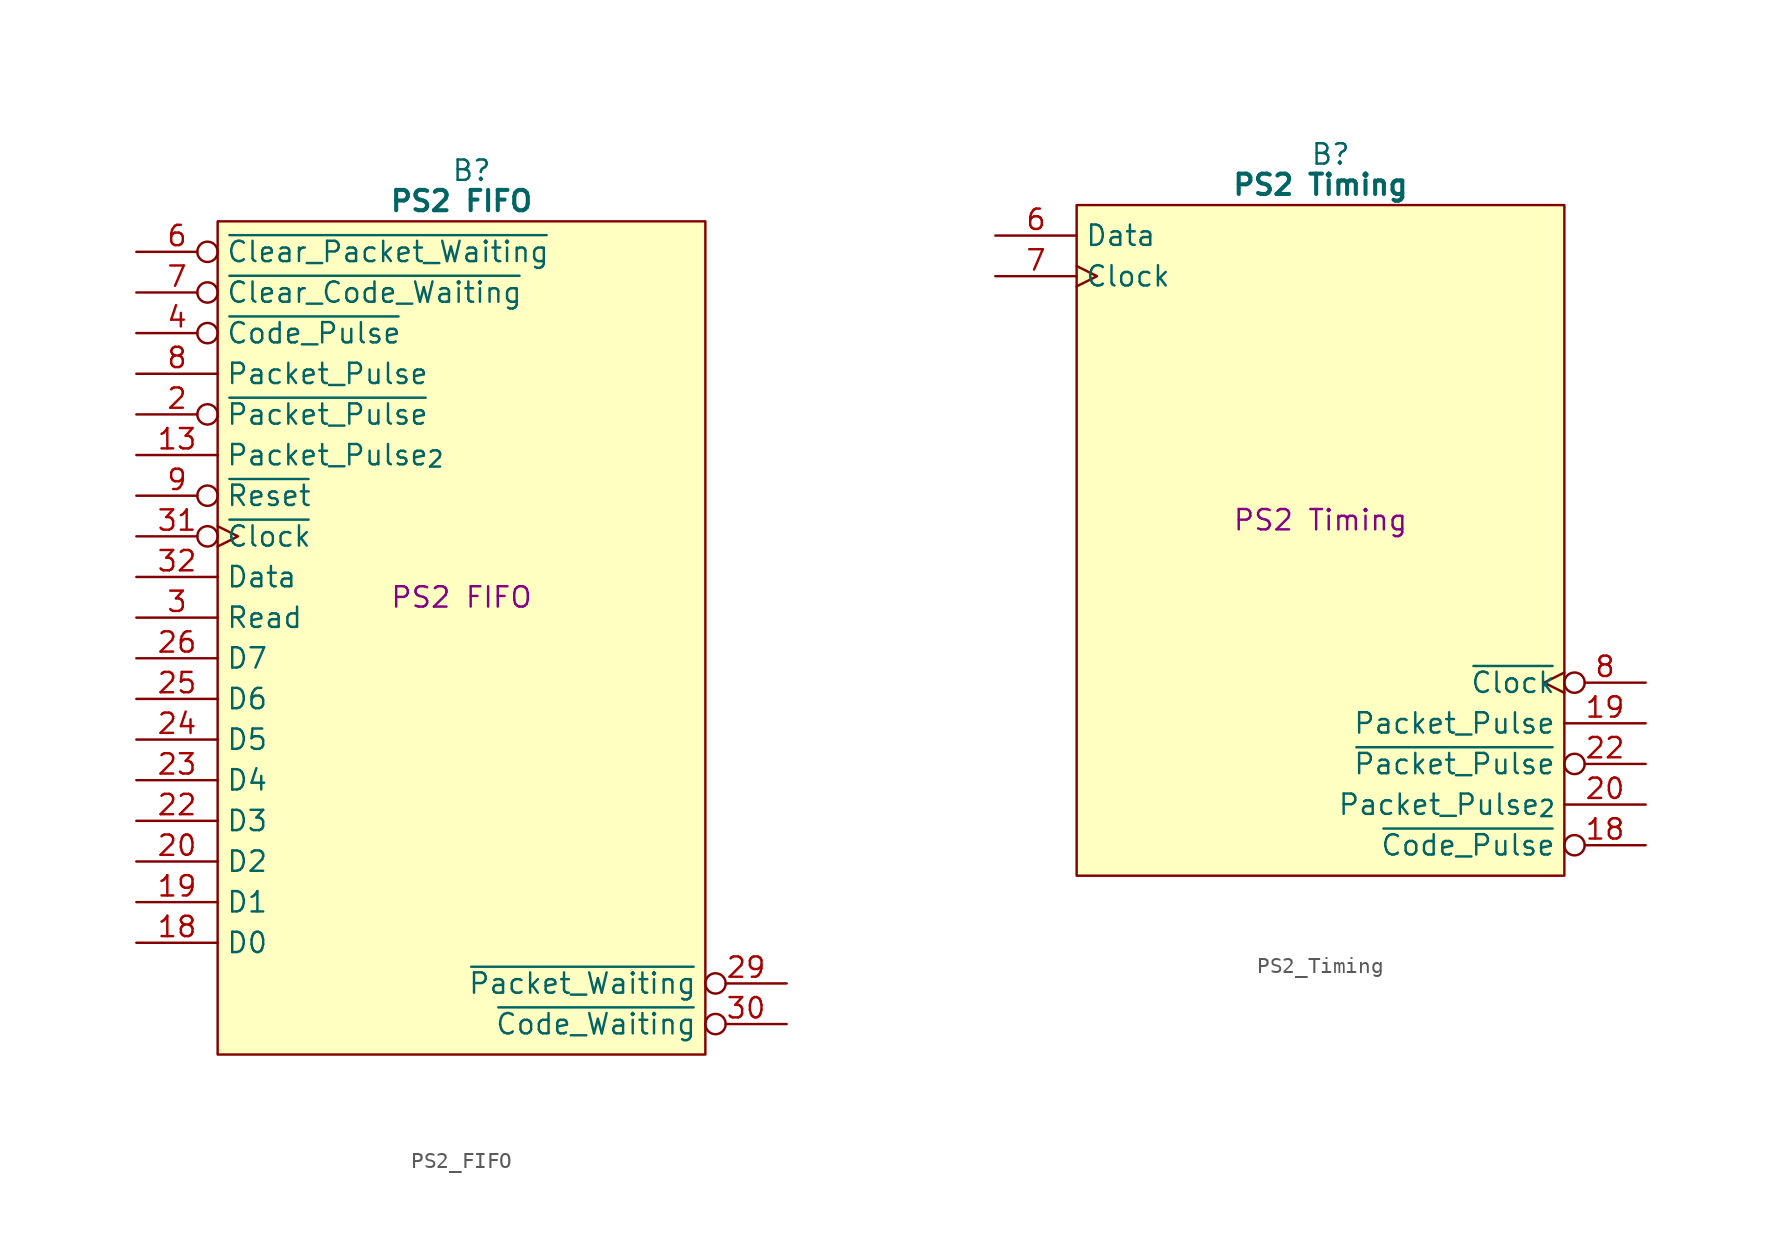
<source format=kicad_sym>
(kicad_symbol_lib
  (version 20220914)
  (generator kicad_symbol_editor)
  (symbol "PS2_FIFO"
    (property "Reference" "B"
      (at 15.875 5.08 0)
      (effects (font (size 1.27 1.27))))
    (property "Value" "PS2 FIFO"
      (at 15.24 3.175 0)
      (effects (font (size 1.27 1.27) bold)))
    (property "Description" "PS2 FIFO"
      (at 15.24 -21.59 0)
      (effects (font (size 1.27 1.27))))
    (symbol "PS2_FIFO_0_1"
      (polyline (pts (xy 0 1.905) (xy 30.48 1.905) (xy 30.48 -50.165) (xy 0 -50.165) (xy 0 1.905)) (stroke (width 0.152) (type default)) (fill (type background))))
    (symbol "PS2_FIFO_1_1"
      (pin passive line (at -5.08 -45.72 0) (length 5.08) hide (name "5V" (effects (font (size 1.27 1.27)))) (number "1" (effects (font (size 1.27 1.27)))))
      (pin no_connect line (at 35.56 -27.94 180) (length 5.08) hide (name "N.C." (effects (font (size 1.27 1.27)))) (number "10" (effects (font (size 1.27 1.27)))))
      (pin no_connect line (at 35.56 -30.48 180) (length 5.08) hide (name "N.C." (effects (font (size 1.27 1.27)))) (number "11" (effects (font (size 1.27 1.27)))))
      (pin passive line (at 35.56 -2.54 180) (length 5.08) hide (name "GND" (effects (font (size 1.27 1.27)))) (number "12" (effects (font (size 1.27 1.27)))))
      (pin input line (at -5.08 -12.7 0) (length 5.08) (name "Packet_Pulse_{2}" (effects (font (size 1.27 1.27)))) (number "13" (effects (font (size 1.27 1.27)))))
      (pin no_connect line (at 35.56 -33.02 180) (length 5.08) hide (name "N.C." (effects (font (size 1.27 1.27)))) (number "14" (effects (font (size 1.27 1.27)))))
      (pin no_connect line (at 35.56 -35.56 180) (length 5.08) hide (name "N.C." (effects (font (size 1.27 1.27)))) (number "15" (effects (font (size 1.27 1.27)))))
      (pin no_connect line (at 35.56 -38.1 180) (length 5.08) hide (name "N.C." (effects (font (size 1.27 1.27)))) (number "16" (effects (font (size 1.27 1.27)))))
      (pin passive line (at -5.08 -48.26 0) (length 5.08) hide (name "5V" (effects (font (size 1.27 1.27)))) (number "17" (effects (font (size 1.27 1.27)))))
      (pin tri_state line (at -5.08 -43.18 0) (length 5.08) (name "D0" (effects (font (size 1.27 1.27)))) (number "18" (effects (font (size 1.27 1.27)))))
      (pin tri_state line (at -5.08 -40.64 0) (length 5.08) (name "D1" (effects (font (size 1.27 1.27)))) (number "19" (effects (font (size 1.27 1.27)))))
      (pin input inverted (at -5.08 -10.16 0) (length 5.08) (name "~{Packet_Pulse}" (effects (font (size 1.27 1.27)))) (number "2" (effects (font (size 1.27 1.27)))))
      (pin tri_state line (at -5.08 -38.1 0) (length 5.08) (name "D2" (effects (font (size 1.27 1.27)))) (number "20" (effects (font (size 1.27 1.27)))))
      (pin passive line (at 35.56 -5.08 180) (length 5.08) hide (name "GND" (effects (font (size 1.27 1.27)))) (number "21" (effects (font (size 1.27 1.27)))))
      (pin tri_state line (at -5.08 -35.56 0) (length 5.08) (name "D3" (effects (font (size 1.27 1.27)))) (number "22" (effects (font (size 1.27 1.27)))))
      (pin tri_state line (at -5.08 -33.02 0) (length 5.08) (name "D4" (effects (font (size 1.27 1.27)))) (number "23" (effects (font (size 1.27 1.27)))))
      (pin tri_state line (at -5.08 -30.48 0) (length 5.08) (name "D5" (effects (font (size 1.27 1.27)))) (number "24" (effects (font (size 1.27 1.27)))))
      (pin tri_state line (at -5.08 -27.94 0) (length 5.08) (name "D6" (effects (font (size 1.27 1.27)))) (number "25" (effects (font (size 1.27 1.27)))))
      (pin tri_state line (at -5.08 -25.4 0) (length 5.08) (name "D7" (effects (font (size 1.27 1.27)))) (number "26" (effects (font (size 1.27 1.27)))))
      (pin output line (at 35.56 -43.18 180) (length 5.08) hide (name "Output_Ready" (effects (font (size 1.27 1.27)))) (number "27" (effects (font (size 1.27 1.27)))))
      (pin passive line (at 35.56 -7.62 180) (length 5.08) hide (name "GND" (effects (font (size 1.27 1.27)))) (number "28" (effects (font (size 1.27 1.27)))))
      (pin output inverted (at 35.56 -45.72 180) (length 5.08) (name "~{Packet_Waiting}" (effects (font (size 1.27 1.27)))) (number "29" (effects (font (size 1.27 1.27)))))
      (pin input line (at -5.08 -22.86 0) (length 5.08) (name "Read" (effects (font (size 1.27 1.27)))) (number "3" (effects (font (size 1.27 1.27)))))
      (pin output inverted (at 35.56 -48.26 180) (length 5.08) (name "~{Code_Waiting}" (effects (font (size 1.27 1.27)))) (number "30" (effects (font (size 1.27 1.27)))))
      (pin input inverted_clock (at -5.08 -17.78 0) (length 5.08) (name "~{Clock}" (effects (font (size 1.27 1.27)))) (number "31" (effects (font (size 1.27 1.27)))))
      (pin input line (at -5.08 -20.32 0) (length 5.08) (name "Data" (effects (font (size 1.27 1.27)))) (number "32" (effects (font (size 1.27 1.27)))))
      (pin input inverted (at -5.08 -5.08 0) (length 5.08) (name "~{Code_Pulse}" (effects (font (size 1.27 1.27)))) (number "4" (effects (font (size 1.27 1.27)))))
      (pin passive line (at 35.56 0 180) (length 5.08) hide (name "GND" (effects (font (size 1.27 1.27)))) (number "5" (effects (font (size 1.27 1.27)))))
      (pin input inverted (at -5.08 0 0) (length 5.08) (name "~{Clear_Packet_Waiting}" (effects (font (size 1.27 1.27)))) (number "6" (effects (font (size 1.27 1.27)))))
      (pin input inverted (at -5.08 -2.54 0) (length 5.08) (name "~{Clear_Code_Waiting}" (effects (font (size 1.27 1.27)))) (number "7" (effects (font (size 1.27 1.27)))))
      (pin input line (at -5.08 -7.62 0) (length 5.08) (name "Packet_Pulse" (effects (font (size 1.27 1.27)))) (number "8" (effects (font (size 1.27 1.27)))))
      (pin input inverted (at -5.08 -15.24 0) (length 5.08) (name "~{Reset}" (effects (font (size 1.27 1.27)))) (number "9" (effects (font (size 1.27 1.27)))))))
  (symbol "PS2_Timing"
    (property "Reference" "B"
      (at 15.875 5.08 0)
      (effects (font (size 1.27 1.27))))
    (property "Value" "PS2 Timing"
      (at 15.24 3.175 0)
      (effects (font (size 1.27 1.27) bold)))
    (property "Description" "PS2 Timing"
      (at 15.24 -17.78 0)
      (effects (font (size 1.27 1.27))))
    (symbol "PS2_Timing_0_1"
      (polyline (pts (xy 0 1.905) (xy 30.48 1.905) (xy 30.48 -40.005) (xy 0 -40.005) (xy 0 1.905)) (stroke (width 0.152) (type default)) (fill (type background))))
    (symbol "PS2_Timing_1_1"
      (pin passive line (at -5.08 -35.56 0) (length 5.08) hide (name "5V" (effects (font (size 1.27 1.27)))) (number "1" (effects (font (size 1.27 1.27)))))
      (pin output line (at 35.56 -25.4 180) (length 5.08) hide (name "RC_Packet_Pulse" (effects (font (size 1.27 1.27)))) (number "10" (effects (font (size 1.27 1.27)))))
      (pin no_connect line (at -5.08 -15.24 0) (length 5.08) hide (name "N.C." (effects (font (size 1.27 1.27)))) (number "11" (effects (font (size 1.27 1.27)))))
      (pin passive line (at 35.56 -2.54 180) (length 5.08) hide (name "GND" (effects (font (size 1.27 1.27)))) (number "12" (effects (font (size 1.27 1.27)))))
      (pin no_connect line (at -5.08 -17.78 0) (length 5.08) hide (name "N.C." (effects (font (size 1.27 1.27)))) (number "13" (effects (font (size 1.27 1.27)))))
      (pin no_connect line (at -5.08 -20.32 0) (length 5.08) hide (name "N.C." (effects (font (size 1.27 1.27)))) (number "14" (effects (font (size 1.27 1.27)))))
      (pin no_connect line (at -5.08 -22.86 0) (length 5.08) hide (name "N.C." (effects (font (size 1.27 1.27)))) (number "15" (effects (font (size 1.27 1.27)))))
      (pin no_connect line (at -5.08 -25.4 0) (length 5.08) hide (name "N.C." (effects (font (size 1.27 1.27)))) (number "16" (effects (font (size 1.27 1.27)))))
      (pin passive line (at -5.08 -38.1 0) (length 5.08) hide (name "5V" (effects (font (size 1.27 1.27)))) (number "17" (effects (font (size 1.27 1.27)))))
      (pin output inverted (at 35.56 -38.1 180) (length 5.08) (name "~{Code_Pulse}" (effects (font (size 1.27 1.27)))) (number "18" (effects (font (size 1.27 1.27)))))
      (pin output line (at 35.56 -30.48 180) (length 5.08) (name "Packet_Pulse" (effects (font (size 1.27 1.27)))) (number "19" (effects (font (size 1.27 1.27)))))
      (pin no_connect line (at -5.08 -5.08 0) (length 5.08) hide (name "N.C." (effects (font (size 1.27 1.27)))) (number "2" (effects (font (size 1.27 1.27)))))
      (pin output line (at 35.56 -35.56 180) (length 5.08) (name "Packet_Pulse_{2}" (effects (font (size 1.27 1.27)))) (number "20" (effects (font (size 1.27 1.27)))))
      (pin passive line (at 35.56 -5.08 180) (length 5.08) hide (name "GND" (effects (font (size 1.27 1.27)))) (number "21" (effects (font (size 1.27 1.27)))))
      (pin output inverted (at 35.56 -33.02 180) (length 5.08) (name "~{Packet_Pulse}" (effects (font (size 1.27 1.27)))) (number "22" (effects (font (size 1.27 1.27)))))
      (pin output line (at 35.56 -22.86 180) (length 5.08) hide (name "RC_Code_Pulse" (effects (font (size 1.27 1.27)))) (number "23" (effects (font (size 1.27 1.27)))))
      (pin no_connect line (at -5.08 -27.94 0) (length 5.08) hide (name "N.C." (effects (font (size 1.27 1.27)))) (number "24" (effects (font (size 1.27 1.27)))))
      (pin no_connect line (at -5.08 -30.48 0) (length 5.08) hide (name "N.C." (effects (font (size 1.27 1.27)))) (number "25" (effects (font (size 1.27 1.27)))))
      (pin no_connect line (at -5.08 -33.02 0) (length 5.08) hide (name "N.C." (effects (font (size 1.27 1.27)))) (number "26" (effects (font (size 1.27 1.27)))))
      (pin no_connect inverted (at 35.56 -10.16 180) (length 5.08) hide (name "N.C." (effects (font (size 1.27 1.27)))) (number "27" (effects (font (size 1.27 1.27)))))
      (pin passive line (at 35.56 -7.62 180) (length 5.08) hide (name "GND" (effects (font (size 1.27 1.27)))) (number "28" (effects (font (size 1.27 1.27)))))
      (pin no_connect inverted (at 35.56 -12.7 180) (length 5.08) hide (name "N.C." (effects (font (size 1.27 1.27)))) (number "29" (effects (font (size 1.27 1.27)))))
      (pin no_connect line (at -5.08 -7.62 0) (length 5.08) hide (name "N.C." (effects (font (size 1.27 1.27)))) (number "3" (effects (font (size 1.27 1.27)))))
      (pin no_connect line (at 35.56 -15.24 180) (length 5.08) hide (name "N.C." (effects (font (size 1.27 1.27)))) (number "30" (effects (font (size 1.27 1.27)))))
      (pin no_connect line (at 35.56 -17.78 180) (length 5.08) hide (name "N.C." (effects (font (size 1.27 1.27)))) (number "31" (effects (font (size 1.27 1.27)))))
      (pin no_connect line (at 35.56 -20.32 180) (length 5.08) hide (name "N.C." (effects (font (size 1.27 1.27)))) (number "32" (effects (font (size 1.27 1.27)))))
      (pin no_connect line (at -5.08 -10.16 0) (length 5.08) hide (name "N.C." (effects (font (size 1.27 1.27)))) (number "4" (effects (font (size 1.27 1.27)))))
      (pin passive line (at 35.56 0 180) (length 5.08) hide (name "GND" (effects (font (size 1.27 1.27)))) (number "5" (effects (font (size 1.27 1.27)))))
      (pin tri_state line (at -5.08 0 0) (length 5.08) (name "Data" (effects (font (size 1.27 1.27)))) (number "6" (effects (font (size 1.27 1.27)))))
      (pin tri_state clock (at -5.08 -2.54 0) (length 5.08) (name "Clock" (effects (font (size 1.27 1.27)))) (number "7" (effects (font (size 1.27 1.27)))))
      (pin output inverted_clock (at 35.56 -27.94 180) (length 5.08) (name "~{Clock}" (effects (font (size 1.27 1.27)))) (number "8" (effects (font (size 1.27 1.27)))))
      (pin no_connect line (at -5.08 -12.7 0) (length 5.08) hide (name "N.C." (effects (font (size 1.27 1.27)))) (number "9" (effects (font (size 1.27 1.27))))))))
</source>
